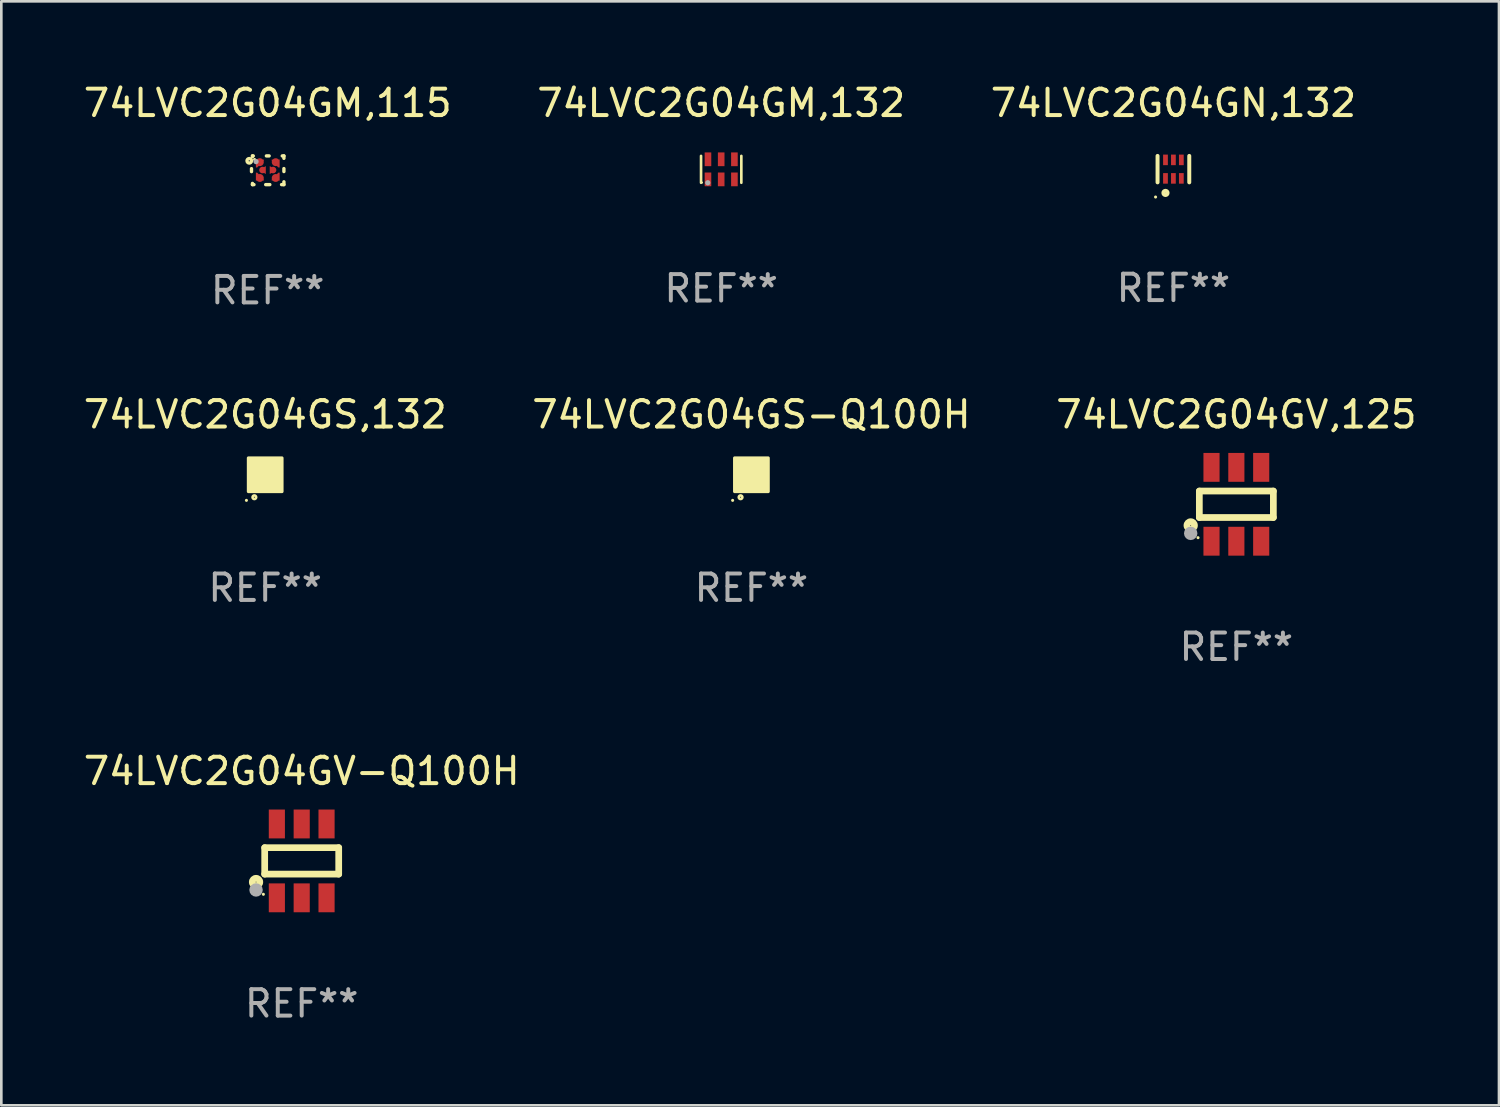
<source format=kicad_pcb>
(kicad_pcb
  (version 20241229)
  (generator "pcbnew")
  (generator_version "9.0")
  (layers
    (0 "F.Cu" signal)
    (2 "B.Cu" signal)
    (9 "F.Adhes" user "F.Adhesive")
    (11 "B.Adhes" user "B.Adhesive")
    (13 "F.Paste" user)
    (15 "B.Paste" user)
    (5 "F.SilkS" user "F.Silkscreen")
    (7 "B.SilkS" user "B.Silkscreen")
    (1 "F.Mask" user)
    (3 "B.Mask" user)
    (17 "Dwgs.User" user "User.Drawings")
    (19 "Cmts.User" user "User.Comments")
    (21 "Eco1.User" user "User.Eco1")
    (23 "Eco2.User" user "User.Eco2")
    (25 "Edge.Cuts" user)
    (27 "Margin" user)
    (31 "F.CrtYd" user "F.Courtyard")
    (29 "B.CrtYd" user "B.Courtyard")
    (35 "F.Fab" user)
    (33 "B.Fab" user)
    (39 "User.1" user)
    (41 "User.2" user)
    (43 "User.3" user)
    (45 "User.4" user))
  (footprint "74LVC2G04GM,115"
    (layer "F.Cu")
    (at 7.077 3.391)
    (property "Reference" "74LVC2G04GM,115" (at 0 -2.543 0) (layer "F.SilkS") (effects (font (size 1 1) (thickness 0.15))))
    (attr through_hole)
    (fp_line (start -0.613 -0.062) (end -0.613 0.051) (stroke (width 0.127) (type solid)) (layer "F.SilkS"))
    (fp_line (start -0.577 -0.543) (end -0.545 -0.543) (stroke (width 0.127) (type solid)) (layer "F.SilkS"))
    (fp_line (start -0.577 -0.512) (end -0.577 -0.543) (stroke (width 0.127) (type solid)) (layer "F.SilkS"))
    (fp_line (start -0.577 0.543) (end -0.577 0.497) (stroke (width 0.127) (type solid)) (layer "F.SilkS"))
    (fp_line (start -0.519 0.543) (end -0.577 0.543) (stroke (width 0.127) (type solid)) (layer "F.SilkS"))
    (fp_line (start -0.05 -0.543) (end 0.055 -0.543) (stroke (width 0.127) (type solid)) (layer "F.SilkS"))
    (fp_line (start 0.081 0.543) (end -0.076 0.543) (stroke (width 0.127) (type solid)) (layer "F.SilkS"))
    (fp_line (start 0.55 -0.543) (end 0.613 -0.543) (stroke (width 0.127) (type solid)) (layer "F.SilkS"))
    (fp_line (start 0.613 -0.543) (end 0.613 -0.451) (stroke (width 0.127) (type solid)) (layer "F.SilkS"))
    (fp_line (start 0.613 -0.064) (end 0.613 0.049) (stroke (width 0.127) (type solid)) (layer "F.SilkS"))
    (fp_line (start 0.613 0.436) (end 0.613 0.543) (stroke (width 0.127) (type solid)) (layer "F.SilkS"))
    (fp_line (start 0.613 0.543) (end 0.524 0.543) (stroke (width 0.127) (type solid)) (layer "F.SilkS"))
    (fp_circle (center -0.698 -0.358) (end -0.676 -0.358) (stroke (width 0.127) (type solid)) (fill no) (layer "F.SilkS"))
    (fp_circle (center -0.497 -0.408) (end -0.467 -0.408) (stroke (width 0.06) (type solid)) (fill no) (layer "F.SilkS"))
    (fp_circle (center -0.442 -0.328) (end -0.392 -0.328) (stroke (width 0.1) (type solid)) (fill no) (layer "F.Fab"))
    (fp_text user "REF**" (at 0 4.543 0) (layer "F.Fab") (effects (font (size 1 1) (thickness 0.15))))
    (pad "1" smd custom (at -0.297 -0.307) (size 0.3 0.3) (layers "F.Cu" "F.Mask" "F.Paste") (options (anchor circle)) (primitives (gr_poly (pts (xy -0.15 -0.1) (xy -0.15 0.2) (xy -0.1 0.2) (xy 0.15 -0.05) (xy 0.15 -0.1)) (width 0) (fill yes))))
    (pad "2" smd custom (at 0.302 -0.307) (size 0.3 0.3) (layers "F.Cu" "F.Mask" "F.Paste") (options (anchor circle)) (primitives (gr_poly (pts (xy 0.15 -0.1) (xy 0.15 0.2) (xy 0.1 0.2) (xy -0.15 -0.05) (xy -0.15 -0.1)) (width 0) (fill yes))))
    (pad "3" smd custom (at 0.302 0.292) (size 0.3 0.3) (layers "F.Cu" "F.Mask" "F.Paste") (options (anchor circle)) (primitives (gr_poly (pts (xy 0.15 0.1) (xy 0.15 -0.2) (xy 0.1 -0.2) (xy -0.15 0.05) (xy -0.15 0.1)) (width 0) (fill yes))))
    (pad "4" smd custom (at 0.202 -0.008) (size 0.25 0.3) (layers "F.Cu" "F.Mask" "F.Paste") (options (anchor circle)) (primitives (gr_poly (pts (xy -0.125 -0.15) (xy -0.125 0.15) (xy 0.125 0)) (width 0) (fill yes))))
    (pad "5" smd custom (at -0.197 -0.008) (size 0.25 0.3) (layers "F.Cu" "F.Mask" "F.Paste") (options (anchor circle)) (primitives (gr_poly (pts (xy 0.125 -0.15) (xy 0.125 0.15) (xy -0.125 0.000025)) (width 0) (fill yes))))
    (pad "6" smd custom (at -0.297 0.292) (size 0.3 0.3) (layers "F.Cu" "F.Mask" "F.Paste") (options (anchor circle)) (primitives (gr_poly (pts (xy -0.15 0.1) (xy 0.15 0.1) (xy 0.15 0.05) (xy -0.1 -0.2) (xy -0.15 -0.2)) (width 0) (fill yes)))))
  (footprint "74LVC2G04GS-Q100H"
    (layer "F.Cu")
    (at 25.375 14.91)
    (property "Reference" "74LVC2G04GS-Q100H" (at 0 -2.28 0) (layer "F.SilkS") (effects (font (size 1 1) (thickness 0.15))))
    (attr through_hole)
    (fp_circle (center -0.71 0.968) (end -0.68 0.968) (stroke (width 0.06) (type solid)) (fill no) (layer "F.SilkS"))
    (fp_circle (center -0.41 0.85) (end -0.342 0.85) (stroke (width 0.1) (type solid)) (fill no) (layer "F.SilkS"))
    (fp_poly (pts (xy -0.635 -0.635) (xy 0.635 -0.635) (xy 0.635 0.635) (xy -0.635 0.635)) (stroke (width 0.12) (type solid)) (fill yes) (layer "F.SilkS"))
    (fp_text user "REF**" (at 0 4.28 0) (layer "F.Fab") (effects (font (size 1 1) (thickness 0.15))))
    (pad "1" smd rect (at -0.35 0.28 90) (size 0.35 0.2) (layers "F.Cu" "F.Mask" "F.Paste"))
    (pad "2" smd rect (at 0 0.28 90) (size 0.35 0.2) (layers "F.Cu" "F.Mask" "F.Paste"))
    (pad "3" smd rect (at 0.35 0.28 90) (size 0.35 0.2) (layers "F.Cu" "F.Mask" "F.Paste"))
    (pad "4" smd rect (at 0.35 -0.28 90) (size 0.35 0.2) (layers "F.Cu" "F.Mask" "F.Paste"))
    (pad "5" smd rect (at 0 -0.28 90) (size 0.35 0.2) (layers "F.Cu" "F.Mask" "F.Paste"))
    (pad "6" smd rect (at -0.35 -0.28 90) (size 0.35 0.2) (layers "F.Cu" "F.Mask" "F.Paste")))
  (footprint "74LVC2G04GN,132"
    (layer "F.Cu")
    (at 41.339 3.348)
    (property "Reference" "74LVC2G04GN,132" (at 0 -2.5 0) (layer "F.SilkS") (effects (font (size 1 1) (thickness 0.15))))
    (attr through_hole)
    (fp_line (start -0.6 -0.5) (end -0.6 0.5) (stroke (width 0.15) (type solid)) (layer "F.SilkS"))
    (fp_line (start 0.6 0.5) (end 0.6 -0.5) (stroke (width 0.15) (type solid)) (layer "F.SilkS"))
    (fp_circle (center -0.675 1.055) (end -0.645 1.055) (stroke (width 0.06) (type solid)) (fill no) (layer "F.SilkS"))
    (fp_circle (center -0.3 0.9) (end -0.22 0.9) (stroke (width 0.15) (type solid)) (fill no) (layer "F.SilkS"))
    (fp_text user "REF**" (at 0 4.5 0) (layer "F.Fab") (effects (font (size 1 1) (thickness 0.15))))
    (pad "1" smd rect (at -0.3 0.35) (size 0.18 0.4) (layers "F.Cu" "F.Mask" "F.Paste"))
    (pad "2" smd rect (at 0.000025 0.35) (size 0.18 0.4) (layers "F.Cu" "F.Mask" "F.Paste"))
    (pad "3" smd rect (at 0.3 0.35) (size 0.18 0.4) (layers "F.Cu" "F.Mask" "F.Paste"))
    (pad "4" smd rect (at 0.3 -0.35) (size 0.18 0.4) (layers "F.Cu" "F.Mask" "F.Paste"))
    (pad "5" smd rect (at 0.000025 -0.35) (size 0.18 0.4) (layers "F.Cu" "F.Mask" "F.Paste"))
    (pad "6" smd rect (at -0.3 -0.35) (size 0.18 0.4) (layers "F.Cu" "F.Mask" "F.Paste")))
  (footprint "74LVC2G04GV-Q100H"
    (layer "F.Cu")
    (at 8.363 29.517)
    (property "Reference" "74LVC2G04GV-Q100H" (at 0 -3.397 0) (layer "F.SilkS") (effects (font (size 1 1) (thickness 0.15))))
    (attr through_hole)
    (fp_line (start -1.4 -0.501) (end -1.4 0.5) (stroke (width 0.254) (type solid)) (layer "F.SilkS"))
    (fp_line (start -1.4 0.5) (end 1.4 0.5) (stroke (width 0.254) (type solid)) (layer "F.SilkS"))
    (fp_line (start 1.4 -0.501) (end -1.4 -0.501) (stroke (width 0.254) (type solid)) (layer "F.SilkS"))
    (fp_line (start 1.4 0.5) (end 1.4 -0.501) (stroke (width 0.254) (type solid)) (layer "F.SilkS"))
    (fp_circle (center -1.727 0.8) (end -1.585 0.8) (stroke (width 0.254) (type solid)) (fill no) (layer "F.SilkS"))
    (fp_circle (center -1.45 1.263) (end -1.42 1.263) (stroke (width 0.06) (type solid)) (fill no) (layer "F.SilkS"))
    (fp_circle (center -1.727 1.1) (end -1.6 1.1) (stroke (width 0.254) (type solid)) (fill no) (layer "F.Fab"))
    (fp_text user "REF**" (at 0 5.397 0) (layer "F.Fab") (effects (font (size 1 1) (thickness 0.15))))
    (pad "1" smd rect (at -0.94 1.397 180) (size 0.61 1.092) (layers "F.Cu" "F.Mask" "F.Paste"))
    (pad "2" smd rect (at 0.000127 1.397 180) (size 0.61 1.092) (layers "F.Cu" "F.Mask" "F.Paste"))
    (pad "3" smd rect (at 0.94 1.397 180) (size 0.61 1.092) (layers "F.Cu" "F.Mask" "F.Paste"))
    (pad "4" smd rect (at 0.94 -1.397 180) (size 0.61 1.092) (layers "F.Cu" "F.Mask" "F.Paste"))
    (pad "5" smd rect (at 0.000127 -1.397 180) (size 0.61 1.092) (layers "F.Cu" "F.Mask" "F.Paste"))
    (pad "6" smd rect (at -0.94 -1.397 180) (size 0.61 1.092) (layers "F.Cu" "F.Mask" "F.Paste")))
  (footprint "74LVC2G04GM,132"
    (layer "F.Cu")
    (at 24.232 3.356)
    (property "Reference" "74LVC2G04GM,132" (at 0 -2.508 0) (layer "F.SilkS") (effects (font (size 1 1) (thickness 0.15))))
    (attr through_hole)
    (fp_line (start -0.762 -0.508) (end -0.762 0.508) (stroke (width 0.1) (type solid)) (layer "F.SilkS"))
    (fp_line (start 0.762 -0.508) (end 0.762 0.508) (stroke (width 0.1) (type solid)) (layer "F.SilkS"))
    (fp_circle (center -0.725 0.5) (end -0.705 0.5) (stroke (width 0.04) (type solid)) (fill no) (layer "F.SilkS"))
    (fp_circle (center -0.508 0.508) (end -0.458 0.508) (stroke (width 0.1) (type solid)) (fill no) (layer "F.Fab"))
    (fp_text user "REF**" (at 0 4.508 0) (layer "F.Fab") (effects (font (size 1 1) (thickness 0.15))))
    (pad "1" smd rect (at -0.5 0.38) (size 0.25 0.52) (layers "F.Cu" "F.Mask" "F.Paste"))
    (pad "2" smd rect (at -0.000127 0.38) (size 0.25 0.52) (layers "F.Cu" "F.Mask" "F.Paste"))
    (pad "3" smd rect (at 0.5 0.38) (size 0.25 0.52) (layers "F.Cu" "F.Mask" "F.Paste"))
    (pad "4" smd rect (at 0.5 -0.38 180) (size 0.25 0.52) (layers "F.Cu" "F.Mask" "F.Paste"))
    (pad "5" smd rect (at -0.000127 -0.38 180) (size 0.25 0.52) (layers "F.Cu" "F.Mask" "F.Paste"))
    (pad "6" smd rect (at -0.5 -0.38 180) (size 0.25 0.52) (layers "F.Cu" "F.Mask" "F.Paste")))
  (footprint "74LVC2G04GV,125"
    (layer "F.Cu")
    (at 43.72 16.027)
    (property "Reference" "74LVC2G04GV,125" (at 0 -3.397 0) (layer "F.SilkS") (effects (font (size 1 1) (thickness 0.15))))
    (attr through_hole)
    (fp_line (start -1.4 -0.501) (end -1.4 0.5) (stroke (width 0.254) (type solid)) (layer "F.SilkS"))
    (fp_line (start -1.4 0.5) (end 1.4 0.5) (stroke (width 0.254) (type solid)) (layer "F.SilkS"))
    (fp_line (start 1.4 -0.501) (end -1.4 -0.501) (stroke (width 0.254) (type solid)) (layer "F.SilkS"))
    (fp_line (start 1.4 0.5) (end 1.4 -0.501) (stroke (width 0.254) (type solid)) (layer "F.SilkS"))
    (fp_circle (center -1.727 0.8) (end -1.585 0.8) (stroke (width 0.254) (type solid)) (fill no) (layer "F.SilkS"))
    (fp_circle (center -1.45 1.263) (end -1.42 1.263) (stroke (width 0.06) (type solid)) (fill no) (layer "F.SilkS"))
    (fp_circle (center -1.727 1.1) (end -1.6 1.1) (stroke (width 0.254) (type solid)) (fill no) (layer "F.Fab"))
    (fp_text user "REF**" (at 0 5.397 0) (layer "F.Fab") (effects (font (size 1 1) (thickness 0.15))))
    (pad "1" smd rect (at -0.94 1.397 180) (size 0.61 1.092) (layers "F.Cu" "F.Mask" "F.Paste"))
    (pad "2" smd rect (at 0.000127 1.397 180) (size 0.61 1.092) (layers "F.Cu" "F.Mask" "F.Paste"))
    (pad "3" smd rect (at 0.94 1.397 180) (size 0.61 1.092) (layers "F.Cu" "F.Mask" "F.Paste"))
    (pad "4" smd rect (at 0.94 -1.397 180) (size 0.61 1.092) (layers "F.Cu" "F.Mask" "F.Paste"))
    (pad "5" smd rect (at 0.000127 -1.397 180) (size 0.61 1.092) (layers "F.Cu" "F.Mask" "F.Paste"))
    (pad "6" smd rect (at -0.94 -1.397 180) (size 0.61 1.092) (layers "F.Cu" "F.Mask" "F.Paste")))
  (footprint "74LVC2G04GS,132"
    (layer "F.Cu")
    (at 6.982 14.91)
    (property "Reference" "74LVC2G04GS,132" (at 0 -2.28 0) (layer "F.SilkS") (effects (font (size 1 1) (thickness 0.15))))
    (attr through_hole)
    (fp_circle (center -0.71 0.968) (end -0.68 0.968) (stroke (width 0.06) (type solid)) (fill no) (layer "F.SilkS"))
    (fp_circle (center -0.41 0.85) (end -0.342 0.85) (stroke (width 0.1) (type solid)) (fill no) (layer "F.SilkS"))
    (fp_poly (pts (xy -0.635 -0.635) (xy 0.635 -0.635) (xy 0.635 0.635) (xy -0.635 0.635)) (stroke (width 0.12) (type solid)) (fill yes) (layer "F.SilkS"))
    (fp_text user "REF**" (at 0 4.28 0) (layer "F.Fab") (effects (font (size 1 1) (thickness 0.15))))
    (pad "1" smd rect (at -0.35 0.28 90) (size 0.35 0.2) (layers "F.Cu" "F.Mask" "F.Paste"))
    (pad "2" smd rect (at 0 0.28 90) (size 0.35 0.2) (layers "F.Cu" "F.Mask" "F.Paste"))
    (pad "3" smd rect (at 0.35 0.28 90) (size 0.35 0.2) (layers "F.Cu" "F.Mask" "F.Paste"))
    (pad "4" smd rect (at 0.35 -0.28 90) (size 0.35 0.2) (layers "F.Cu" "F.Mask" "F.Paste"))
    (pad "5" smd rect (at 0 -0.28 90) (size 0.35 0.2) (layers "F.Cu" "F.Mask" "F.Paste"))
    (pad "6" smd rect (at -0.35 -0.28 90) (size 0.35 0.2) (layers "F.Cu" "F.Mask" "F.Paste")))
  (gr_rect
    (start -3 -3)
    (end 53.655 38.763)
    (stroke (width 0.1) (type default))
    (fill no)
    (layer "Edge.Cuts")))
</source>
